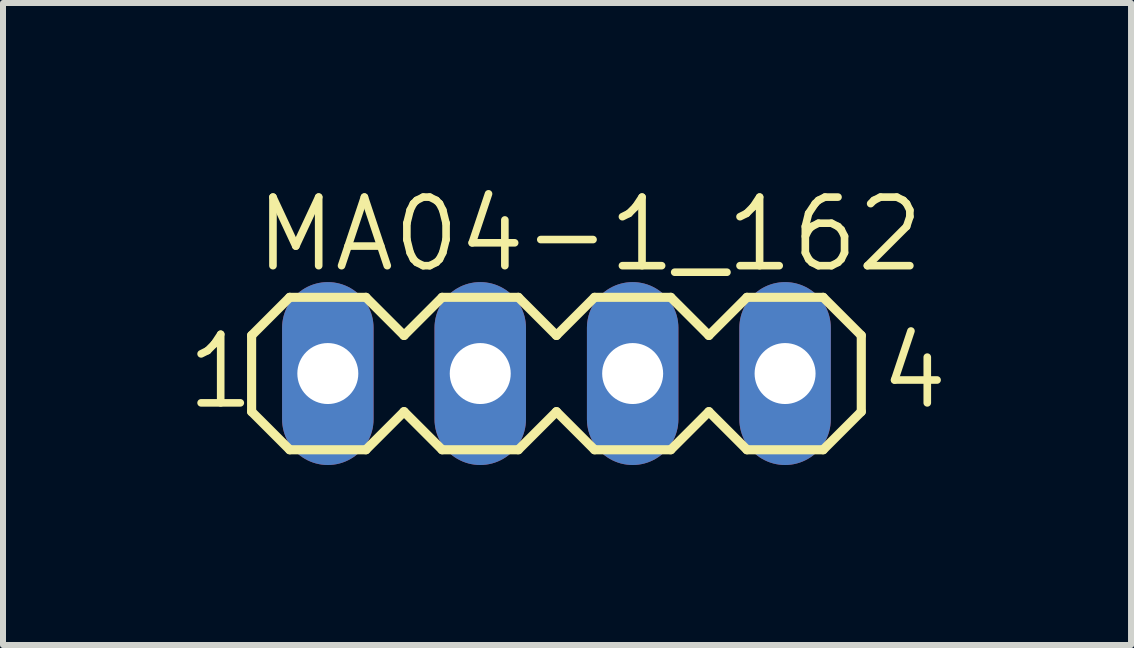
<source format=kicad_pcb>
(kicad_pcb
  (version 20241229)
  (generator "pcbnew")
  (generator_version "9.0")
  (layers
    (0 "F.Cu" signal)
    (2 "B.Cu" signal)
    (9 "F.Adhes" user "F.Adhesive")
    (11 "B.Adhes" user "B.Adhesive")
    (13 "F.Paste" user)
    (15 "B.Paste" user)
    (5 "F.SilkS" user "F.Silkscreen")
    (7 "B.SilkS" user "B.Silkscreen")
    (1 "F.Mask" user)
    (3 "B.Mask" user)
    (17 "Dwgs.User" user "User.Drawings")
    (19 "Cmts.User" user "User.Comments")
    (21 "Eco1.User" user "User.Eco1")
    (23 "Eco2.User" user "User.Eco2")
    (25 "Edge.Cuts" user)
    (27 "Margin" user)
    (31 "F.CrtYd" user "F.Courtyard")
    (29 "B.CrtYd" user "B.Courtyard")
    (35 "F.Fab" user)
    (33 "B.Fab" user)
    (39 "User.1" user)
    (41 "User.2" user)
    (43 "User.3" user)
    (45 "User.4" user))
  (footprint "MA04-1_162"
    (layer "F.Cu")
    (at 6.223 3.175)
    (property "Reference" "MA04-1_162" (at -5.08 -1.651 0) (unlocked yes) (layer "F.SilkS") (effects (font (size 1.143 1.143) (thickness 0.127)) (justify left bottom)))
    (fp_line (start -5.08 -0.635) (end -5.08 0.635) (stroke (width 0.152) (type solid)) (layer "F.SilkS"))
    (fp_line (start -5.08 0.635) (end -4.445 1.27) (stroke (width 0.152) (type solid)) (layer "F.SilkS"))
    (fp_line (start -4.445 -1.27) (end -5.08 -0.635) (stroke (width 0.152) (type solid)) (layer "F.SilkS"))
    (fp_line (start -4.445 -1.27) (end -3.175 -1.27) (stroke (width 0.152) (type solid)) (layer "F.SilkS"))
    (fp_line (start -3.175 -1.27) (end -2.54 -0.635) (stroke (width 0.152) (type solid)) (layer "F.SilkS"))
    (fp_line (start -3.175 1.27) (end -4.445 1.27) (stroke (width 0.152) (type solid)) (layer "F.SilkS"))
    (fp_line (start -2.54 -0.635) (end -1.905 -1.27) (stroke (width 0.152) (type solid)) (layer "F.SilkS"))
    (fp_line (start -2.54 0.635) (end -3.175 1.27) (stroke (width 0.152) (type solid)) (layer "F.SilkS"))
    (fp_line (start -1.905 -1.27) (end -0.635 -1.27) (stroke (width 0.152) (type solid)) (layer "F.SilkS"))
    (fp_line (start -1.905 1.27) (end -2.54 0.635) (stroke (width 0.152) (type solid)) (layer "F.SilkS"))
    (fp_line (start -0.635 -1.27) (end 0 -0.635) (stroke (width 0.152) (type solid)) (layer "F.SilkS"))
    (fp_line (start -0.635 1.27) (end -1.905 1.27) (stroke (width 0.152) (type solid)) (layer "F.SilkS"))
    (fp_line (start 0 -0.635) (end 0.635 -1.27) (stroke (width 0.152) (type solid)) (layer "F.SilkS"))
    (fp_line (start 0 0.635) (end -0.635 1.27) (stroke (width 0.152) (type solid)) (layer "F.SilkS"))
    (fp_line (start 0.635 -1.27) (end 1.905 -1.27) (stroke (width 0.152) (type solid)) (layer "F.SilkS"))
    (fp_line (start 0.635 1.27) (end 0 0.635) (stroke (width 0.152) (type solid)) (layer "F.SilkS"))
    (fp_line (start 1.905 -1.27) (end 2.54 -0.635) (stroke (width 0.152) (type solid)) (layer "F.SilkS"))
    (fp_line (start 1.905 1.27) (end 0.635 1.27) (stroke (width 0.152) (type solid)) (layer "F.SilkS"))
    (fp_line (start 2.54 0.635) (end 1.905 1.27) (stroke (width 0.152) (type solid)) (layer "F.SilkS"))
    (fp_line (start 2.54 0.635) (end 3.175 1.27) (stroke (width 0.152) (type solid)) (layer "F.SilkS"))
    (fp_line (start 3.175 -1.27) (end 2.54 -0.635) (stroke (width 0.152) (type solid)) (layer "F.SilkS"))
    (fp_line (start 3.175 -1.27) (end 4.445 -1.27) (stroke (width 0.152) (type solid)) (layer "F.SilkS"))
    (fp_line (start 4.445 -1.27) (end 5.08 -0.635) (stroke (width 0.152) (type solid)) (layer "F.SilkS"))
    (fp_line (start 4.445 1.27) (end 3.175 1.27) (stroke (width 0.152) (type solid)) (layer "F.SilkS"))
    (fp_line (start 5.08 -0.635) (end 5.08 0.635) (stroke (width 0.152) (type solid)) (layer "F.SilkS"))
    (fp_line (start 5.08 0.635) (end 4.445 1.27) (stroke (width 0.152) (type solid)) (layer "F.SilkS"))
    (fp_poly (pts (xy -4.064 0.254) (xy -3.556 0.254) (xy -3.556 -0.254) (xy -4.064 -0.254)) (stroke (width 0.1) (type default)) (fill no) (layer "F.Fab"))
    (fp_poly (pts (xy -1.524 0.254) (xy -1.016 0.254) (xy -1.016 -0.254) (xy -1.524 -0.254)) (stroke (width 0.1) (type default)) (fill no) (layer "F.Fab"))
    (fp_poly (pts (xy 1.016 0.254) (xy 1.524 0.254) (xy 1.524 -0.254) (xy 1.016 -0.254)) (stroke (width 0.1) (type default)) (fill no) (layer "F.Fab"))
    (fp_poly (pts (xy 3.556 0.254) (xy 4.064 0.254) (xy 4.064 -0.254) (xy 3.556 -0.254)) (stroke (width 0.1) (type default)) (fill no) (layer "F.Fab"))
    (fp_text user "1" (at -6.223 0.635 0) (unlocked yes) (layer "F.SilkS") (effects (font (size 1.143 1.143) (thickness 0.127)) (justify left bottom)))
    (fp_text user "4" (at 5.334 0.635 0) (unlocked yes) (layer "F.SilkS") (effects (font (size 1.143 1.143) (thickness 0.127)) (justify left bottom)))
    (pad "1" thru_hole oval (at -3.81 0 90) (size 3.048 1.524) (drill 1.016) (layers "*.Cu" "*.Mask"))
    (pad "2" thru_hole oval (at -1.27 0 90) (size 3.048 1.524) (drill 1.016) (layers "*.Cu" "*.Mask"))
    (pad "3" thru_hole oval (at 1.27 0 90) (size 3.048 1.524) (drill 1.016) (layers "*.Cu" "*.Mask"))
    (pad "4" thru_hole oval (at 3.81 0 90) (size 3.048 1.524) (drill 1.016) (layers "*.Cu" "*.Mask")))
  (gr_rect
    (start -3 -3)
    (end 15.798 7.699)
    (stroke (width 0.1) (type default))
    (fill no)
    (layer "Edge.Cuts")))
</source>
